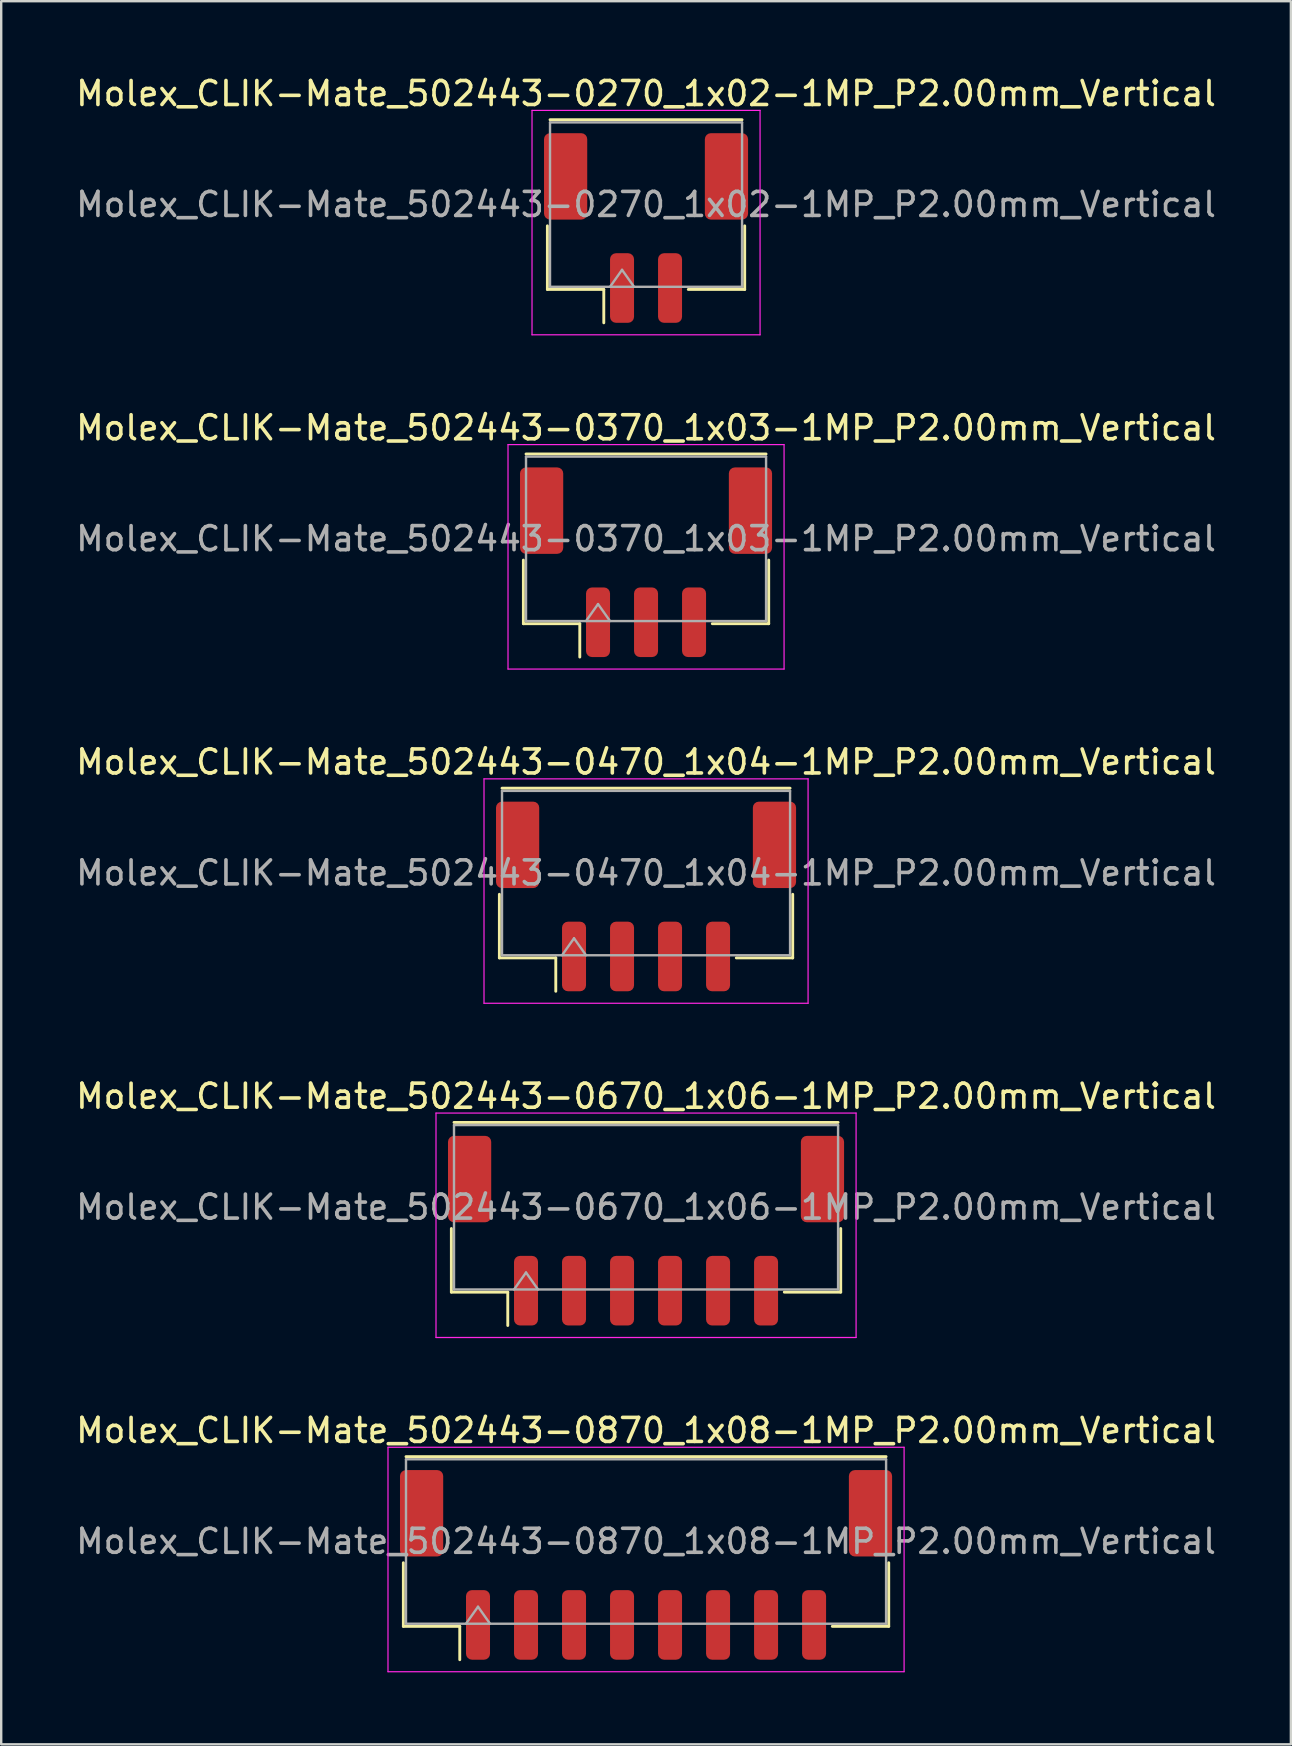
<source format=kicad_pcb>
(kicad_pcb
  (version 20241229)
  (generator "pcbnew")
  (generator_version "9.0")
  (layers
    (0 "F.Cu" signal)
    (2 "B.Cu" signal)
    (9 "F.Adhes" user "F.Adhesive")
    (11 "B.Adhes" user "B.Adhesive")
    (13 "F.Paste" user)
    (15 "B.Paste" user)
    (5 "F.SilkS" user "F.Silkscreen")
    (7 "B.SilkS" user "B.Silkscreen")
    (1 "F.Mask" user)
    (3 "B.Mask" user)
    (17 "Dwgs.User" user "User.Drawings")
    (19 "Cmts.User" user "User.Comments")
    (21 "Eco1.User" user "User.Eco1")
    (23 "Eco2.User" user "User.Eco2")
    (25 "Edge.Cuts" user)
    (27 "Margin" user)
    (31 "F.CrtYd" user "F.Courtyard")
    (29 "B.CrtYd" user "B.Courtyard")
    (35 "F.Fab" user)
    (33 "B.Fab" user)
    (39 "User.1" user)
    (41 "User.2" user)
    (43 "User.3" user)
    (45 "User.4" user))
  (footprint "Molex_CLIK-Mate_502443-0870_1x08-1MP_P2.00mm_Vertical"
    (layer "F.Cu")
    (at 23.863 62.141)
    (property "Reference" "Molex_CLIK-Mate_502443-0870_1x08-1MP_P2.00mm_Vertical" (at 0 -5.6 0) (layer "F.SilkS") (effects (font (size 1 1) (thickness 0.15))))
    (attr smd)
    (fp_line (start -10.11 -0.09) (end -10.11 2.56) (stroke (width 0.12) (type solid)) (layer "F.SilkS"))
    (fp_line (start -10.11 2.56) (end -7.76 2.56) (stroke (width 0.12) (type solid)) (layer "F.SilkS"))
    (fp_line (start -10 -4.51) (end 10 -4.51) (stroke (width 0.12) (type solid)) (layer "F.SilkS"))
    (fp_line (start -7.76 2.56) (end -7.76 3.95) (stroke (width 0.12) (type solid)) (layer "F.SilkS"))
    (fp_line (start 10.11 -0.09) (end 10.11 2.56) (stroke (width 0.12) (type solid)) (layer "F.SilkS"))
    (fp_line (start 10.11 2.56) (end 7.76 2.56) (stroke (width 0.12) (type solid)) (layer "F.SilkS"))
    (fp_line (start -10.75 -4.9) (end -10.75 4.45) (stroke (width 0.05) (type solid)) (layer "F.CrtYd"))
    (fp_line (start -10.75 4.45) (end 10.75 4.45) (stroke (width 0.05) (type solid)) (layer "F.CrtYd"))
    (fp_line (start 10.75 -4.9) (end -10.75 -4.9) (stroke (width 0.05) (type solid)) (layer "F.CrtYd"))
    (fp_line (start 10.75 4.45) (end 10.75 -4.9) (stroke (width 0.05) (type solid)) (layer "F.CrtYd"))
    (fp_line (start -10 -4.4) (end 10 -4.4) (stroke (width 0.1) (type solid)) (layer "F.Fab"))
    (fp_line (start -10 2.45) (end -10 -4.4) (stroke (width 0.1) (type solid)) (layer "F.Fab"))
    (fp_line (start -10 2.45) (end 10 2.45) (stroke (width 0.1) (type solid)) (layer "F.Fab"))
    (fp_line (start -7.5 2.45) (end -7 1.743) (stroke (width 0.1) (type solid)) (layer "F.Fab"))
    (fp_line (start -7 1.743) (end -6.5 2.45) (stroke (width 0.1) (type solid)) (layer "F.Fab"))
    (fp_line (start 10 2.45) (end 10 -4.4) (stroke (width 0.1) (type solid)) (layer "F.Fab"))
    (fp_text user "${REFERENCE}" (at 0 -0.98 0) (layer "F.Fab") (effects (font (size 1 1) (thickness 0.15))))
    (pad "1" smd roundrect (at -7 2.5) (size 1 2.9) (layers "F.Cu" "F.Mask" "F.Paste") (roundrect_rratio 0.25))
    (pad "2" smd roundrect (at -5 2.5) (size 1 2.9) (layers "F.Cu" "F.Mask" "F.Paste") (roundrect_rratio 0.25))
    (pad "3" smd roundrect (at -3 2.5) (size 1 2.9) (layers "F.Cu" "F.Mask" "F.Paste") (roundrect_rratio 0.25))
    (pad "4" smd roundrect (at -1 2.5) (size 1 2.9) (layers "F.Cu" "F.Mask" "F.Paste") (roundrect_rratio 0.25))
    (pad "5" smd roundrect (at 1 2.5) (size 1 2.9) (layers "F.Cu" "F.Mask" "F.Paste") (roundrect_rratio 0.25))
    (pad "6" smd roundrect (at 3 2.5) (size 1 2.9) (layers "F.Cu" "F.Mask" "F.Paste") (roundrect_rratio 0.25))
    (pad "7" smd roundrect (at 5 2.5) (size 1 2.9) (layers "F.Cu" "F.Mask" "F.Paste") (roundrect_rratio 0.25))
    (pad "8" smd roundrect (at 7 2.5) (size 1 2.9) (layers "F.Cu" "F.Mask" "F.Paste") (roundrect_rratio 0.25))
    (pad "MP" smd roundrect (at -9.35 -2.15) (size 1.8 3.6) (layers "F.Cu" "F.Mask" "F.Paste") (roundrect_rratio 0.139))
    (pad "MP" smd roundrect (at 9.35 -2.15) (size 1.8 3.6) (layers "F.Cu" "F.Mask" "F.Paste") (roundrect_rratio 0.139)))
  (footprint "Molex_CLIK-Mate_502443-0270_1x02-1MP_P2.00mm_Vertical"
    (layer "F.Cu")
    (at 23.863 6.448)
    (property "Reference" "Molex_CLIK-Mate_502443-0270_1x02-1MP_P2.00mm_Vertical" (at 0 -5.6 0) (layer "F.SilkS") (effects (font (size 1 1) (thickness 0.15))))
    (attr smd)
    (fp_line (start -4.11 -0.09) (end -4.11 2.56) (stroke (width 0.12) (type solid)) (layer "F.SilkS"))
    (fp_line (start -4.11 2.56) (end -1.76 2.56) (stroke (width 0.12) (type solid)) (layer "F.SilkS"))
    (fp_line (start -4 -4.51) (end 4 -4.51) (stroke (width 0.12) (type solid)) (layer "F.SilkS"))
    (fp_line (start -1.76 2.56) (end -1.76 3.95) (stroke (width 0.12) (type solid)) (layer "F.SilkS"))
    (fp_line (start 4.11 -0.09) (end 4.11 2.56) (stroke (width 0.12) (type solid)) (layer "F.SilkS"))
    (fp_line (start 4.11 2.56) (end 1.76 2.56) (stroke (width 0.12) (type solid)) (layer "F.SilkS"))
    (fp_line (start -4.75 -4.9) (end -4.75 4.45) (stroke (width 0.05) (type solid)) (layer "F.CrtYd"))
    (fp_line (start -4.75 4.45) (end 4.75 4.45) (stroke (width 0.05) (type solid)) (layer "F.CrtYd"))
    (fp_line (start 4.75 -4.9) (end -4.75 -4.9) (stroke (width 0.05) (type solid)) (layer "F.CrtYd"))
    (fp_line (start 4.75 4.45) (end 4.75 -4.9) (stroke (width 0.05) (type solid)) (layer "F.CrtYd"))
    (fp_line (start -4 -4.4) (end 4 -4.4) (stroke (width 0.1) (type solid)) (layer "F.Fab"))
    (fp_line (start -4 2.45) (end -4 -4.4) (stroke (width 0.1) (type solid)) (layer "F.Fab"))
    (fp_line (start -4 2.45) (end 4 2.45) (stroke (width 0.1) (type solid)) (layer "F.Fab"))
    (fp_line (start -1.5 2.45) (end -1 1.743) (stroke (width 0.1) (type solid)) (layer "F.Fab"))
    (fp_line (start -1 1.743) (end -0.5 2.45) (stroke (width 0.1) (type solid)) (layer "F.Fab"))
    (fp_line (start 4 2.45) (end 4 -4.4) (stroke (width 0.1) (type solid)) (layer "F.Fab"))
    (fp_text user "${REFERENCE}" (at 0 -0.98 0) (layer "F.Fab") (effects (font (size 1 1) (thickness 0.15))))
    (pad "1" smd roundrect (at -1 2.5) (size 1 2.9) (layers "F.Cu" "F.Mask" "F.Paste") (roundrect_rratio 0.25))
    (pad "2" smd roundrect (at 1 2.5) (size 1 2.9) (layers "F.Cu" "F.Mask" "F.Paste") (roundrect_rratio 0.25))
    (pad "MP" smd roundrect (at -3.35 -2.15) (size 1.8 3.6) (layers "F.Cu" "F.Mask" "F.Paste") (roundrect_rratio 0.139))
    (pad "MP" smd roundrect (at 3.35 -2.15) (size 1.8 3.6) (layers "F.Cu" "F.Mask" "F.Paste") (roundrect_rratio 0.139)))
  (footprint "Molex_CLIK-Mate_502443-0670_1x06-1MP_P2.00mm_Vertical"
    (layer "F.Cu")
    (at 23.863 48.218)
    (property "Reference" "Molex_CLIK-Mate_502443-0670_1x06-1MP_P2.00mm_Vertical" (at 0 -5.6 0) (layer "F.SilkS") (effects (font (size 1 1) (thickness 0.15))))
    (attr smd)
    (fp_line (start -8.11 -0.09) (end -8.11 2.56) (stroke (width 0.12) (type solid)) (layer "F.SilkS"))
    (fp_line (start -8.11 2.56) (end -5.76 2.56) (stroke (width 0.12) (type solid)) (layer "F.SilkS"))
    (fp_line (start -8 -4.51) (end 8 -4.51) (stroke (width 0.12) (type solid)) (layer "F.SilkS"))
    (fp_line (start -5.76 2.56) (end -5.76 3.95) (stroke (width 0.12) (type solid)) (layer "F.SilkS"))
    (fp_line (start 8.11 -0.09) (end 8.11 2.56) (stroke (width 0.12) (type solid)) (layer "F.SilkS"))
    (fp_line (start 8.11 2.56) (end 5.76 2.56) (stroke (width 0.12) (type solid)) (layer "F.SilkS"))
    (fp_line (start -8.75 -4.9) (end -8.75 4.45) (stroke (width 0.05) (type solid)) (layer "F.CrtYd"))
    (fp_line (start -8.75 4.45) (end 8.75 4.45) (stroke (width 0.05) (type solid)) (layer "F.CrtYd"))
    (fp_line (start 8.75 -4.9) (end -8.75 -4.9) (stroke (width 0.05) (type solid)) (layer "F.CrtYd"))
    (fp_line (start 8.75 4.45) (end 8.75 -4.9) (stroke (width 0.05) (type solid)) (layer "F.CrtYd"))
    (fp_line (start -8 -4.4) (end 8 -4.4) (stroke (width 0.1) (type solid)) (layer "F.Fab"))
    (fp_line (start -8 2.45) (end -8 -4.4) (stroke (width 0.1) (type solid)) (layer "F.Fab"))
    (fp_line (start -8 2.45) (end 8 2.45) (stroke (width 0.1) (type solid)) (layer "F.Fab"))
    (fp_line (start -5.5 2.45) (end -5 1.743) (stroke (width 0.1) (type solid)) (layer "F.Fab"))
    (fp_line (start -5 1.743) (end -4.5 2.45) (stroke (width 0.1) (type solid)) (layer "F.Fab"))
    (fp_line (start 8 2.45) (end 8 -4.4) (stroke (width 0.1) (type solid)) (layer "F.Fab"))
    (fp_text user "${REFERENCE}" (at 0 -0.98 0) (layer "F.Fab") (effects (font (size 1 1) (thickness 0.15))))
    (pad "1" smd roundrect (at -5 2.5) (size 1 2.9) (layers "F.Cu" "F.Mask" "F.Paste") (roundrect_rratio 0.25))
    (pad "2" smd roundrect (at -3 2.5) (size 1 2.9) (layers "F.Cu" "F.Mask" "F.Paste") (roundrect_rratio 0.25))
    (pad "3" smd roundrect (at -1 2.5) (size 1 2.9) (layers "F.Cu" "F.Mask" "F.Paste") (roundrect_rratio 0.25))
    (pad "4" smd roundrect (at 1 2.5) (size 1 2.9) (layers "F.Cu" "F.Mask" "F.Paste") (roundrect_rratio 0.25))
    (pad "5" smd roundrect (at 3 2.5) (size 1 2.9) (layers "F.Cu" "F.Mask" "F.Paste") (roundrect_rratio 0.25))
    (pad "6" smd roundrect (at 5 2.5) (size 1 2.9) (layers "F.Cu" "F.Mask" "F.Paste") (roundrect_rratio 0.25))
    (pad "MP" smd roundrect (at -7.35 -2.15) (size 1.8 3.6) (layers "F.Cu" "F.Mask" "F.Paste") (roundrect_rratio 0.139))
    (pad "MP" smd roundrect (at 7.35 -2.15) (size 1.8 3.6) (layers "F.Cu" "F.Mask" "F.Paste") (roundrect_rratio 0.139)))
  (footprint "Molex_CLIK-Mate_502443-0470_1x04-1MP_P2.00mm_Vertical"
    (layer "F.Cu")
    (at 23.863 34.295)
    (property "Reference" "Molex_CLIK-Mate_502443-0470_1x04-1MP_P2.00mm_Vertical" (at 0 -5.6 0) (layer "F.SilkS") (effects (font (size 1 1) (thickness 0.15))))
    (attr smd)
    (fp_line (start -6.11 -0.09) (end -6.11 2.56) (stroke (width 0.12) (type solid)) (layer "F.SilkS"))
    (fp_line (start -6.11 2.56) (end -3.76 2.56) (stroke (width 0.12) (type solid)) (layer "F.SilkS"))
    (fp_line (start -6 -4.51) (end 6 -4.51) (stroke (width 0.12) (type solid)) (layer "F.SilkS"))
    (fp_line (start -3.76 2.56) (end -3.76 3.95) (stroke (width 0.12) (type solid)) (layer "F.SilkS"))
    (fp_line (start 6.11 -0.09) (end 6.11 2.56) (stroke (width 0.12) (type solid)) (layer "F.SilkS"))
    (fp_line (start 6.11 2.56) (end 3.76 2.56) (stroke (width 0.12) (type solid)) (layer "F.SilkS"))
    (fp_line (start -6.75 -4.9) (end -6.75 4.45) (stroke (width 0.05) (type solid)) (layer "F.CrtYd"))
    (fp_line (start -6.75 4.45) (end 6.75 4.45) (stroke (width 0.05) (type solid)) (layer "F.CrtYd"))
    (fp_line (start 6.75 -4.9) (end -6.75 -4.9) (stroke (width 0.05) (type solid)) (layer "F.CrtYd"))
    (fp_line (start 6.75 4.45) (end 6.75 -4.9) (stroke (width 0.05) (type solid)) (layer "F.CrtYd"))
    (fp_line (start -6 -4.4) (end 6 -4.4) (stroke (width 0.1) (type solid)) (layer "F.Fab"))
    (fp_line (start -6 2.45) (end -6 -4.4) (stroke (width 0.1) (type solid)) (layer "F.Fab"))
    (fp_line (start -6 2.45) (end 6 2.45) (stroke (width 0.1) (type solid)) (layer "F.Fab"))
    (fp_line (start -3.5 2.45) (end -3 1.743) (stroke (width 0.1) (type solid)) (layer "F.Fab"))
    (fp_line (start -3 1.743) (end -2.5 2.45) (stroke (width 0.1) (type solid)) (layer "F.Fab"))
    (fp_line (start 6 2.45) (end 6 -4.4) (stroke (width 0.1) (type solid)) (layer "F.Fab"))
    (fp_text user "${REFERENCE}" (at 0 -0.98 0) (layer "F.Fab") (effects (font (size 1 1) (thickness 0.15))))
    (pad "1" smd roundrect (at -3 2.5) (size 1 2.9) (layers "F.Cu" "F.Mask" "F.Paste") (roundrect_rratio 0.25))
    (pad "2" smd roundrect (at -1 2.5) (size 1 2.9) (layers "F.Cu" "F.Mask" "F.Paste") (roundrect_rratio 0.25))
    (pad "3" smd roundrect (at 1 2.5) (size 1 2.9) (layers "F.Cu" "F.Mask" "F.Paste") (roundrect_rratio 0.25))
    (pad "4" smd roundrect (at 3 2.5) (size 1 2.9) (layers "F.Cu" "F.Mask" "F.Paste") (roundrect_rratio 0.25))
    (pad "MP" smd roundrect (at -5.35 -2.15) (size 1.8 3.6) (layers "F.Cu" "F.Mask" "F.Paste") (roundrect_rratio 0.139))
    (pad "MP" smd roundrect (at 5.35 -2.15) (size 1.8 3.6) (layers "F.Cu" "F.Mask" "F.Paste") (roundrect_rratio 0.139)))
  (footprint "Molex_CLIK-Mate_502443-0370_1x03-1MP_P2.00mm_Vertical"
    (layer "F.Cu")
    (at 23.863 20.372)
    (property "Reference" "Molex_CLIK-Mate_502443-0370_1x03-1MP_P2.00mm_Vertical" (at 0 -5.6 0) (layer "F.SilkS") (effects (font (size 1 1) (thickness 0.15))))
    (attr smd)
    (fp_line (start -5.11 -0.09) (end -5.11 2.56) (stroke (width 0.12) (type solid)) (layer "F.SilkS"))
    (fp_line (start -5.11 2.56) (end -2.76 2.56) (stroke (width 0.12) (type solid)) (layer "F.SilkS"))
    (fp_line (start -5 -4.51) (end 5 -4.51) (stroke (width 0.12) (type solid)) (layer "F.SilkS"))
    (fp_line (start -2.76 2.56) (end -2.76 3.95) (stroke (width 0.12) (type solid)) (layer "F.SilkS"))
    (fp_line (start 5.11 -0.09) (end 5.11 2.56) (stroke (width 0.12) (type solid)) (layer "F.SilkS"))
    (fp_line (start 5.11 2.56) (end 2.76 2.56) (stroke (width 0.12) (type solid)) (layer "F.SilkS"))
    (fp_line (start -5.75 -4.9) (end -5.75 4.45) (stroke (width 0.05) (type solid)) (layer "F.CrtYd"))
    (fp_line (start -5.75 4.45) (end 5.75 4.45) (stroke (width 0.05) (type solid)) (layer "F.CrtYd"))
    (fp_line (start 5.75 -4.9) (end -5.75 -4.9) (stroke (width 0.05) (type solid)) (layer "F.CrtYd"))
    (fp_line (start 5.75 4.45) (end 5.75 -4.9) (stroke (width 0.05) (type solid)) (layer "F.CrtYd"))
    (fp_line (start -5 -4.4) (end 5 -4.4) (stroke (width 0.1) (type solid)) (layer "F.Fab"))
    (fp_line (start -5 2.45) (end -5 -4.4) (stroke (width 0.1) (type solid)) (layer "F.Fab"))
    (fp_line (start -5 2.45) (end 5 2.45) (stroke (width 0.1) (type solid)) (layer "F.Fab"))
    (fp_line (start -2.5 2.45) (end -2 1.743) (stroke (width 0.1) (type solid)) (layer "F.Fab"))
    (fp_line (start -2 1.743) (end -1.5 2.45) (stroke (width 0.1) (type solid)) (layer "F.Fab"))
    (fp_line (start 5 2.45) (end 5 -4.4) (stroke (width 0.1) (type solid)) (layer "F.Fab"))
    (fp_text user "${REFERENCE}" (at 0 -0.98 0) (layer "F.Fab") (effects (font (size 1 1) (thickness 0.15))))
    (pad "1" smd roundrect (at -2 2.5) (size 1 2.9) (layers "F.Cu" "F.Mask" "F.Paste") (roundrect_rratio 0.25))
    (pad "2" smd roundrect (at 0 2.5) (size 1 2.9) (layers "F.Cu" "F.Mask" "F.Paste") (roundrect_rratio 0.25))
    (pad "3" smd roundrect (at 2 2.5) (size 1 2.9) (layers "F.Cu" "F.Mask" "F.Paste") (roundrect_rratio 0.25))
    (pad "MP" smd roundrect (at -4.35 -2.15) (size 1.8 3.6) (layers "F.Cu" "F.Mask" "F.Paste") (roundrect_rratio 0.139))
    (pad "MP" smd roundrect (at 4.35 -2.15) (size 1.8 3.6) (layers "F.Cu" "F.Mask" "F.Paste") (roundrect_rratio 0.139)))
  (gr_rect
    (start -3 -3)
    (end 50.726 69.616)
    (stroke (width 0.1) (type default))
    (fill no)
    (layer "Edge.Cuts")))
</source>
